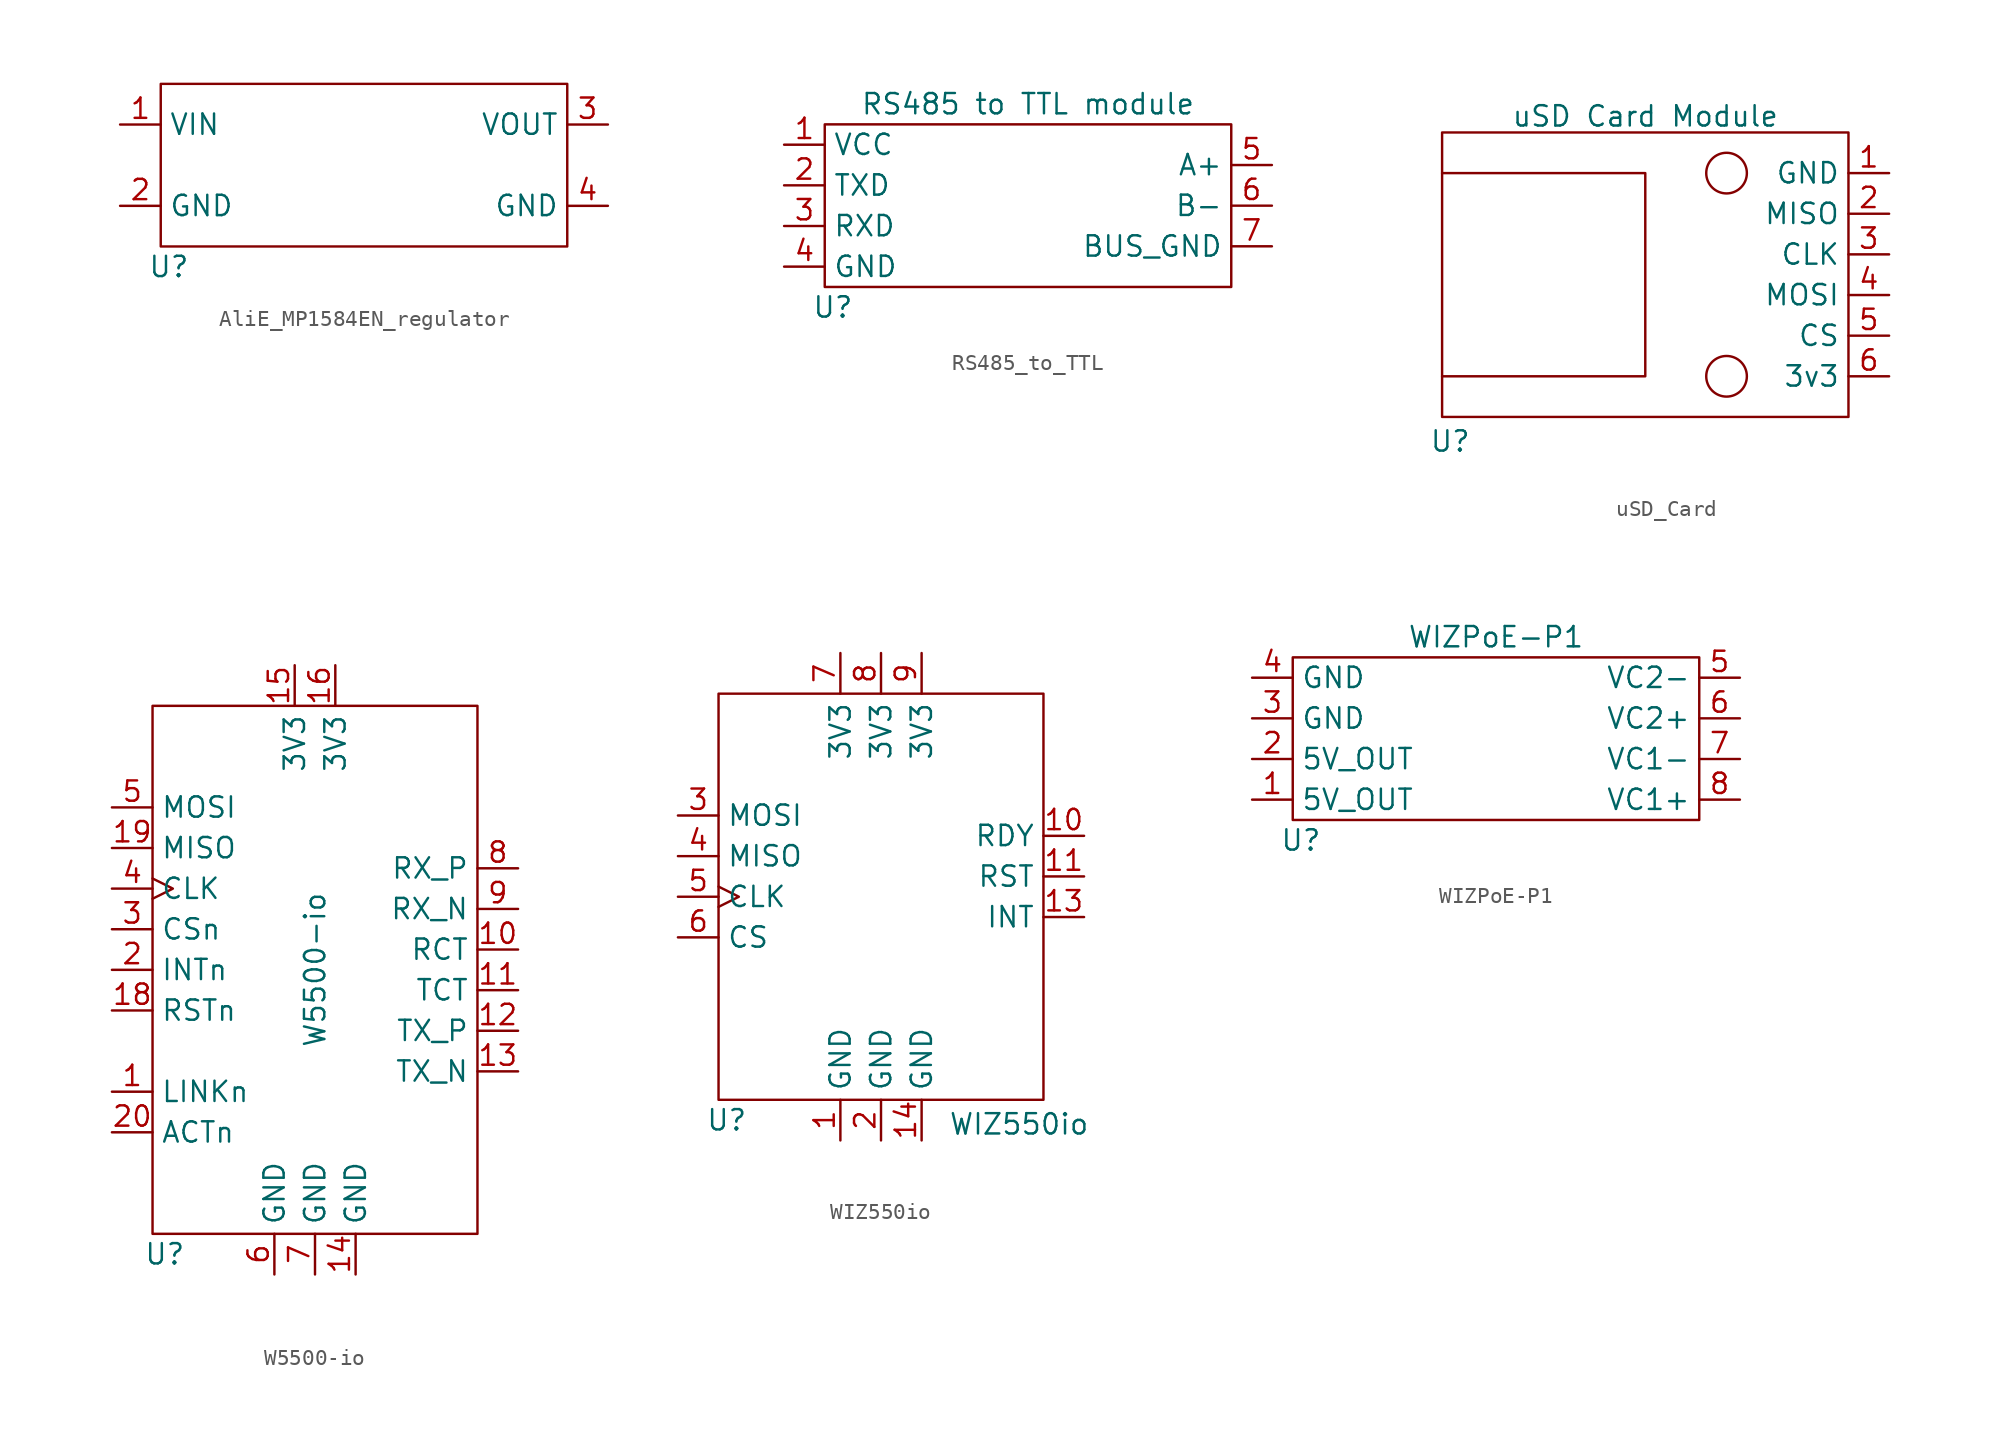
<source format=kicad_sym>
(kicad_symbol_lib
  (version 20241209)
  (generator "kicad_symbol_editor")
  (generator_version "9.0")
  (symbol "AliE_MP1584EN_regulator"
    (property "Reference" "U"
      (at -12.192 -6.35 0)
      (effects (font (size 1.27 1.27))))
    (property "Value" ""
      (at 0 0 0)
      (effects (font (size 1.27 1.27))))
    (symbol "AliE_MP1584EN_regulator_0_1"
      (rectangle (start -12.7 5.08) (end 12.7 -5.08) (stroke (width 0) (type default)) (fill (type none))))
    (symbol "AliE_MP1584EN_regulator_1_1"
      (pin power_in line (at -15.24 2.54 0) (length 2.54) (name "VIN" (effects (font (size 1.27 1.27)))) (number "1" (effects (font (size 1.27 1.27)))))
      (pin power_in line (at -15.24 -2.54 0) (length 2.54) (name "GND" (effects (font (size 1.27 1.27)))) (number "2" (effects (font (size 1.27 1.27)))))
      (pin power_out line (at 15.24 2.54 180) (length 2.54) (name "VOUT" (effects (font (size 1.27 1.27)))) (number "3" (effects (font (size 1.27 1.27)))))
      (pin power_out line (at 15.24 -2.54 180) (length 2.54) (name "GND" (effects (font (size 1.27 1.27)))) (number "4" (effects (font (size 1.27 1.27)))))))
  (symbol "RS485_to_TTL"
    (property "Reference" "U"
      (at -12.192 -6.35 0)
      (effects (font (size 1.27 1.27))))
    (property "Value" "RS485 to TTL module"
      (at 0 6.35 0)
      (effects (font (size 1.27 1.27))))
    (symbol "RS485_to_TTL_0_1"
      (rectangle (start -12.7 5.08) (end 12.7 -5.08) (stroke (width 0) (type default)) (fill (type none))))
    (symbol "RS485_to_TTL_1_1"
      (pin power_in line (at -15.24 3.81 0) (length 2.54) (name "VCC" (effects (font (size 1.27 1.27)))) (number "1" (effects (font (size 1.27 1.27)))))
      (pin input line (at -15.24 1.27 0) (length 2.54) (name "TXD" (effects (font (size 1.27 1.27)))) (number "2" (effects (font (size 1.27 1.27)))))
      (pin output line (at -15.24 -1.27 0) (length 2.54) (name "RXD" (effects (font (size 1.27 1.27)))) (number "3" (effects (font (size 1.27 1.27)))))
      (pin power_in line (at -15.24 -3.81 0) (length 2.54) (name "GND" (effects (font (size 1.27 1.27)))) (number "4" (effects (font (size 1.27 1.27)))))
      (pin bidirectional line (at 15.24 2.54 180) (length 2.54) (name "A+" (effects (font (size 1.27 1.27)))) (number "5" (effects (font (size 1.27 1.27)))))
      (pin bidirectional line (at 15.24 0 180) (length 2.54) (name "B-" (effects (font (size 1.27 1.27)))) (number "6" (effects (font (size 1.27 1.27)))))
      (pin power_in line (at 15.24 -2.54 180) (length 2.54) (name "BUS_GND" (effects (font (size 1.27 1.27)))) (number "7" (effects (font (size 1.27 1.27)))))))
  (symbol "uSD_Card"
    (property "Reference" "U"
      (at -12.192 -10.414 0)
      (effects (font (size 1.27 1.27))))
    (property "Value" "uSD Card Module"
      (at 0 9.906 0)
      (effects (font (size 1.27 1.27))))
    (symbol "uSD_Card_0_1"
      (polyline (pts (xy -12.7 6.35) (xy 0 6.35) (xy 0 -6.35) (xy -12.7 -6.35)) (stroke (width 0) (type default)) (fill (type none)))
      (circle (center 5.08 6.35) (radius 1.27) (stroke (width 0) (type default)) (fill (type none)))
      (circle (center 5.08 -6.35) (radius 1.27) (stroke (width 0) (type default)) (fill (type none)))
      (polyline (pts (xy 12.7 8.89) (xy 12.7 -8.89) (xy -12.7 -8.89) (xy -12.7 8.89) (xy 12.7 8.89)) (stroke (width 0) (type default)) (fill (type none))))
    (symbol "uSD_Card_1_1"
      (pin power_in line (at 15.24 6.35 180) (length 2.54) (name "GND" (effects (font (size 1.27 1.27)))) (number "1" (effects (font (size 1.27 1.27)))))
      (pin output line (at 15.24 3.81 180) (length 2.54) (name "MISO" (effects (font (size 1.27 1.27)))) (number "2" (effects (font (size 1.27 1.27)))))
      (pin input line (at 15.24 1.27 180) (length 2.54) (name "CLK" (effects (font (size 1.27 1.27)))) (number "3" (effects (font (size 1.27 1.27)))))
      (pin input line (at 15.24 -1.27 180) (length 2.54) (name "MOSI" (effects (font (size 1.27 1.27)))) (number "4" (effects (font (size 1.27 1.27)))))
      (pin input line (at 15.24 -3.81 180) (length 2.54) (name "CS" (effects (font (size 1.27 1.27)))) (number "5" (effects (font (size 1.27 1.27)))))
      (pin power_in line (at 15.24 -6.35 180) (length 2.54) (name "3v3" (effects (font (size 1.27 1.27)))) (number "6" (effects (font (size 1.27 1.27)))))))
  (symbol "W5500-io"
    (property "Reference" "U"
      (at -9.398 -17.78 0)
      (effects (font (size 1.27 1.27))))
    (property "Value" "W5500-io"
      (at 0 0 90)
      (effects (font (size 1.27 1.27))))
    (symbol "W5500-io_0_1"
      (rectangle (start -10.16 16.51) (end 10.16 -16.51) (stroke (width 0) (type default)) (fill (type none))))
    (symbol "W5500-io_1_1"
      (pin input line (at -12.7 10.16 0) (length 2.54) (name "MOSI" (effects (font (size 1.27 1.27)))) (number "5" (effects (font (size 1.27 1.27)))))
      (pin output line (at -12.7 7.62 0) (length 2.54) (name "MISO" (effects (font (size 1.27 1.27)))) (number "19" (effects (font (size 1.27 1.27)))))
      (pin input clock (at -12.7 5.08 0) (length 2.54) (name "CLK" (effects (font (size 1.27 1.27)))) (number "4" (effects (font (size 1.27 1.27)))))
      (pin input line (at -12.7 2.54 0) (length 2.54) (name "CSn" (effects (font (size 1.27 1.27)))) (number "3" (effects (font (size 1.27 1.27)))))
      (pin output line (at -12.7 0 0) (length 2.54) (name "INTn" (effects (font (size 1.27 1.27)))) (number "2" (effects (font (size 1.27 1.27)))))
      (pin input line (at -12.7 -2.54 0) (length 2.54) (name "RSTn" (effects (font (size 1.27 1.27)))) (number "18" (effects (font (size 1.27 1.27)))))
      (pin output line (at -12.7 -7.62 0) (length 2.54) (name "LINKn" (effects (font (size 1.27 1.27)))) (number "1" (effects (font (size 1.27 1.27)))))
      (pin output line (at -12.7 -10.16 0) (length 2.54) (name "ACTn" (effects (font (size 1.27 1.27)))) (number "20" (effects (font (size 1.27 1.27)))))
      (pin power_in line (at -2.54 -19.05 90) (length 2.54) (name "GND" (effects (font (size 1.27 1.27)))) (number "6" (effects (font (size 1.27 1.27)))))
      (pin power_in line (at -1.27 19.05 270) (length 2.54) (name "3V3" (effects (font (size 1.27 1.27)))) (number "15" (effects (font (size 1.27 1.27)))))
      (pin power_in line (at 0 -19.05 90) (length 2.54) (name "GND" (effects (font (size 1.27 1.27)))) (number "7" (effects (font (size 1.27 1.27)))))
      (pin power_in line (at 1.27 19.05 270) (length 2.54) (name "3V3" (effects (font (size 1.27 1.27)))) (number "16" (effects (font (size 1.27 1.27)))))
      (pin power_in line (at 2.54 -19.05 90) (length 2.54) (name "GND" (effects (font (size 1.27 1.27)))) (number "14" (effects (font (size 1.27 1.27)))))
      (pin bidirectional line (at 12.7 6.35 180) (length 2.54) (name "RX_P" (effects (font (size 1.27 1.27)))) (number "8" (effects (font (size 1.27 1.27)))))
      (pin bidirectional line (at 12.7 3.81 180) (length 2.54) (name "RX_N" (effects (font (size 1.27 1.27)))) (number "9" (effects (font (size 1.27 1.27)))))
      (pin bidirectional line (at 12.7 1.27 180) (length 2.54) (name "RCT" (effects (font (size 1.27 1.27)))) (number "10" (effects (font (size 1.27 1.27)))))
      (pin bidirectional line (at 12.7 -1.27 180) (length 2.54) (name "TCT" (effects (font (size 1.27 1.27)))) (number "11" (effects (font (size 1.27 1.27)))))
      (pin bidirectional line (at 12.7 -3.81 180) (length 2.54) (name "TX_P" (effects (font (size 1.27 1.27)))) (number "12" (effects (font (size 1.27 1.27)))))
      (pin bidirectional line (at 12.7 -6.35 180) (length 2.54) (name "TX_N" (effects (font (size 1.27 1.27)))) (number "13" (effects (font (size 1.27 1.27)))))))
  (symbol "WIZ550io"
    (property "Reference" "U"
      (at -9.652 -13.97 0)
      (effects (font (size 1.27 1.27))))
    (property "Value" "WIZ550io"
      (at 8.636 -14.224 0)
      (effects (font (size 1.27 1.27))))
    (symbol "WIZ550io_0_1"
      (rectangle (start -10.16 12.7) (end 10.16 -12.7) (stroke (width 0) (type default)) (fill (type none))))
    (symbol "WIZ550io_1_1"
      (pin input line (at -12.7 5.08 0) (length 2.54) (name "MOSI" (effects (font (size 1.27 1.27)))) (number "3" (effects (font (size 1.27 1.27)))))
      (pin output line (at -12.7 2.54 0) (length 2.54) (name "MISO" (effects (font (size 1.27 1.27)))) (number "4" (effects (font (size 1.27 1.27)))))
      (pin input clock (at -12.7 0 0) (length 2.54) (name "CLK" (effects (font (size 1.27 1.27)))) (number "5" (effects (font (size 1.27 1.27)))))
      (pin input line (at -12.7 -2.54 0) (length 2.54) (name "CS" (effects (font (size 1.27 1.27)))) (number "6" (effects (font (size 1.27 1.27)))))
      (pin power_in line (at -2.54 15.24 270) (length 2.54) (name "3V3" (effects (font (size 1.27 1.27)))) (number "7" (effects (font (size 1.27 1.27)))))
      (pin power_in line (at -2.54 -15.24 90) (length 2.54) (name "GND" (effects (font (size 1.27 1.27)))) (number "1" (effects (font (size 1.27 1.27)))))
      (pin power_in line (at 0 15.24 270) (length 2.54) (name "3V3" (effects (font (size 1.27 1.27)))) (number "8" (effects (font (size 1.27 1.27)))))
      (pin power_in line (at 0 -15.24 90) (length 2.54) (name "GND" (effects (font (size 1.27 1.27)))) (number "2" (effects (font (size 1.27 1.27)))))
      (pin power_in line (at 2.54 15.24 270) (length 2.54) (name "3V3" (effects (font (size 1.27 1.27)))) (number "9" (effects (font (size 1.27 1.27)))))
      (pin power_in line (at 2.54 -15.24 90) (length 2.54) (name "GND" (effects (font (size 1.27 1.27)))) (number "14" (effects (font (size 1.27 1.27)))))
      (pin output line (at 12.7 3.81 180) (length 2.54) (name "RDY" (effects (font (size 1.27 1.27)))) (number "10" (effects (font (size 1.27 1.27)))))
      (pin input line (at 12.7 1.27 180) (length 2.54) (name "RST" (effects (font (size 1.27 1.27)))) (number "11" (effects (font (size 1.27 1.27)))))
      (pin output line (at 12.7 -1.27 180) (length 2.54) (name "INT" (effects (font (size 1.27 1.27)))) (number "13" (effects (font (size 1.27 1.27)))))))
  (symbol "WIZPoE-P1"
    (property "Reference" "U"
      (at -12.192 -6.35 0)
      (effects (font (size 1.27 1.27))))
    (property "Value" "WIZPoE-P1"
      (at 0 6.35 0)
      (effects (font (size 1.27 1.27))))
    (symbol "WIZPoE-P1_0_1"
      (rectangle (start -12.7 5.08) (end 12.7 -5.08) (stroke (width 0) (type default)) (fill (type none))))
    (symbol "WIZPoE-P1_1_1"
      (pin power_out line (at -15.24 3.81 0) (length 2.54) (name "GND" (effects (font (size 1.27 1.27)))) (number "4" (effects (font (size 1.27 1.27)))))
      (pin power_out line (at -15.24 1.27 0) (length 2.54) (name "GND" (effects (font (size 1.27 1.27)))) (number "3" (effects (font (size 1.27 1.27)))))
      (pin power_out line (at -15.24 -1.27 0) (length 2.54) (name "5V_OUT" (effects (font (size 1.27 1.27)))) (number "2" (effects (font (size 1.27 1.27)))))
      (pin power_out line (at -15.24 -3.81 0) (length 2.54) (name "5V_OUT" (effects (font (size 1.27 1.27)))) (number "1" (effects (font (size 1.27 1.27)))))
      (pin power_in line (at 15.24 3.81 180) (length 2.54) (name "VC2-" (effects (font (size 1.27 1.27)))) (number "5" (effects (font (size 1.27 1.27)))))
      (pin power_in line (at 15.24 1.27 180) (length 2.54) (name "VC2+" (effects (font (size 1.27 1.27)))) (number "6" (effects (font (size 1.27 1.27)))))
      (pin power_in line (at 15.24 -1.27 180) (length 2.54) (name "VC1-" (effects (font (size 1.27 1.27)))) (number "7" (effects (font (size 1.27 1.27)))))
      (pin power_in line (at 15.24 -3.81 180) (length 2.54) (name "VC1+" (effects (font (size 1.27 1.27)))) (number "8" (effects (font (size 1.27 1.27))))))))
</source>
